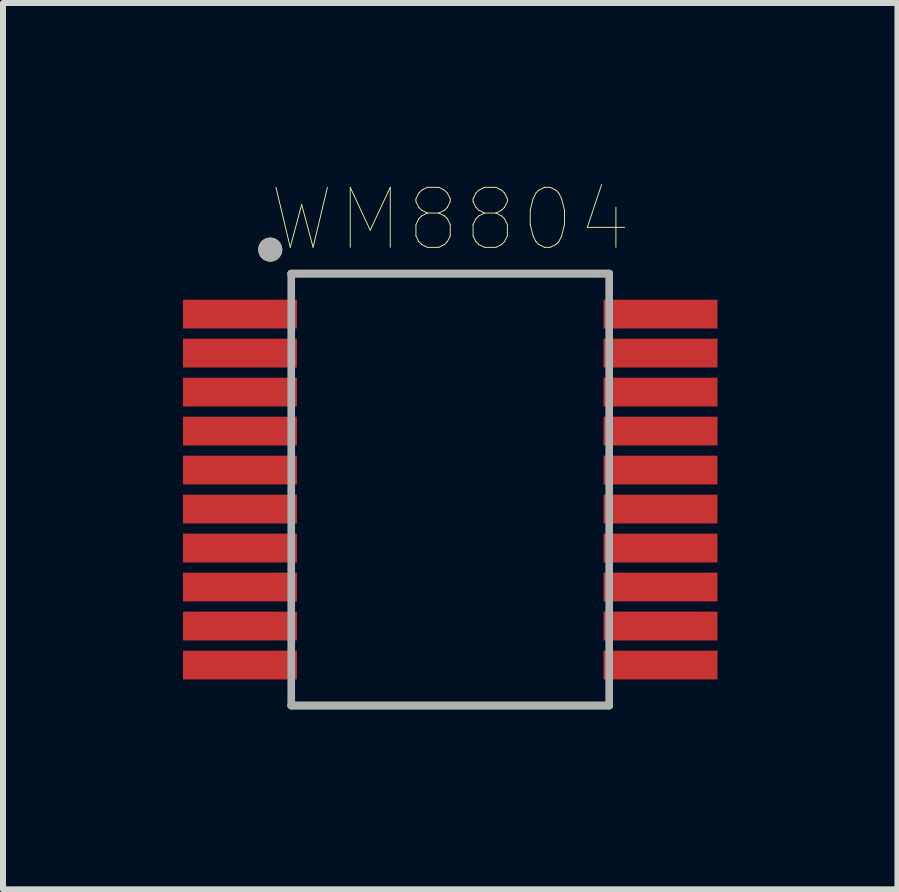
<source format=kicad_pcb>
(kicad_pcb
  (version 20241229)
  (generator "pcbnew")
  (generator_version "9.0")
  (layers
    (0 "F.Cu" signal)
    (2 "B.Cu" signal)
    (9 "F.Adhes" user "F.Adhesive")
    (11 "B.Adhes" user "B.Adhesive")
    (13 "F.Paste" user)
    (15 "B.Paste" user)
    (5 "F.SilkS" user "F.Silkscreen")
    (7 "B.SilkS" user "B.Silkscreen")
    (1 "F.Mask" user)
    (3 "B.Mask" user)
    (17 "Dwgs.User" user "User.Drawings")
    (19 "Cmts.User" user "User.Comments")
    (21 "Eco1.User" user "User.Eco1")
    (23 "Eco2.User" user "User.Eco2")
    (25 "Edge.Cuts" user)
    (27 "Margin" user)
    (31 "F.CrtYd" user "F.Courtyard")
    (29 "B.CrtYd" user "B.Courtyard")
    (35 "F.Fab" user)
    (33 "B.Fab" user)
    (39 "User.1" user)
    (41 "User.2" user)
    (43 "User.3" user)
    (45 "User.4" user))
  (footprint "WM8804"
    (layer "F.Cu")
    (at 4.455 5.111)
    (property "Reference" "WM8804" (at 0 -4.5 0) (layer "F.SilkS") (effects (font (size 1 1) (thickness 0.015))))
    (attr through_hole)
    (fp_line (start -2.65 -3.6) (end 2.65 -3.6) (stroke (width 0.127) (type solid)) (layer "F.SilkS"))
    (fp_line (start -2.65 3.6) (end 2.65 3.6) (stroke (width 0.127) (type solid)) (layer "F.SilkS"))
    (fp_circle (center -3 -4) (end -2.9 -4) (stroke (width 0.2) (type solid)) (fill no) (layer "F.SilkS"))
    (fp_line (start -2.65 -3.6) (end -2.65 3.6) (stroke (width 0.127) (type solid)) (layer "F.Fab"))
    (fp_line (start -2.65 -3.6) (end 2.65 -3.6) (stroke (width 0.127) (type solid)) (layer "F.Fab"))
    (fp_line (start -2.65 3.6) (end 2.65 3.6) (stroke (width 0.127) (type solid)) (layer "F.Fab"))
    (fp_line (start 2.65 -3.6) (end 2.65 3.6) (stroke (width 0.127) (type solid)) (layer "F.Fab"))
    (fp_circle (center -3 -4) (end -2.9 -4) (stroke (width 0.2) (type solid)) (fill no) (layer "F.Fab"))
    (pad "1" smd rect (at -3.505 -2.925) (size 1.9 0.48) (layers "F.Cu" "F.Mask" "F.Paste"))
    (pad "2" smd rect (at -3.505 -2.275) (size 1.9 0.48) (layers "F.Cu" "F.Mask" "F.Paste"))
    (pad "3" smd rect (at -3.505 -1.625) (size 1.9 0.48) (layers "F.Cu" "F.Mask" "F.Paste"))
    (pad "4" smd rect (at -3.505 -0.975) (size 1.9 0.48) (layers "F.Cu" "F.Mask" "F.Paste"))
    (pad "5" smd rect (at -3.505 -0.325) (size 1.9 0.48) (layers "F.Cu" "F.Mask" "F.Paste"))
    (pad "6" smd rect (at -3.505 0.325) (size 1.9 0.48) (layers "F.Cu" "F.Mask" "F.Paste"))
    (pad "7" smd rect (at -3.505 0.975) (size 1.9 0.48) (layers "F.Cu" "F.Mask" "F.Paste"))
    (pad "8" smd rect (at -3.505 1.625) (size 1.9 0.48) (layers "F.Cu" "F.Mask" "F.Paste"))
    (pad "9" smd rect (at -3.505 2.275) (size 1.9 0.48) (layers "F.Cu" "F.Mask" "F.Paste"))
    (pad "10" smd rect (at -3.505 2.925) (size 1.9 0.48) (layers "F.Cu" "F.Mask" "F.Paste"))
    (pad "11" smd rect (at 3.505 2.925) (size 1.9 0.48) (layers "F.Cu" "F.Mask" "F.Paste"))
    (pad "12" smd rect (at 3.505 2.275) (size 1.9 0.48) (layers "F.Cu" "F.Mask" "F.Paste"))
    (pad "13" smd rect (at 3.505 1.625) (size 1.9 0.48) (layers "F.Cu" "F.Mask" "F.Paste"))
    (pad "14" smd rect (at 3.505 0.975) (size 1.9 0.48) (layers "F.Cu" "F.Mask" "F.Paste"))
    (pad "15" smd rect (at 3.505 0.325) (size 1.9 0.48) (layers "F.Cu" "F.Mask" "F.Paste"))
    (pad "16" smd rect (at 3.505 -0.325) (size 1.9 0.48) (layers "F.Cu" "F.Mask" "F.Paste"))
    (pad "17" smd rect (at 3.505 -0.975) (size 1.9 0.48) (layers "F.Cu" "F.Mask" "F.Paste"))
    (pad "18" smd rect (at 3.505 -1.625) (size 1.9 0.48) (layers "F.Cu" "F.Mask" "F.Paste"))
    (pad "19" smd rect (at 3.505 -2.275) (size 1.9 0.48) (layers "F.Cu" "F.Mask" "F.Paste"))
    (pad "20" smd rect (at 3.505 -2.925) (size 1.9 0.48) (layers "F.Cu" "F.Mask" "F.Paste")))
  (gr_rect
    (start -3 -3)
    (end 11.91 11.775)
    (stroke (width 0.1) (type default))
    (fill no)
    (layer "Edge.Cuts")))
</source>
